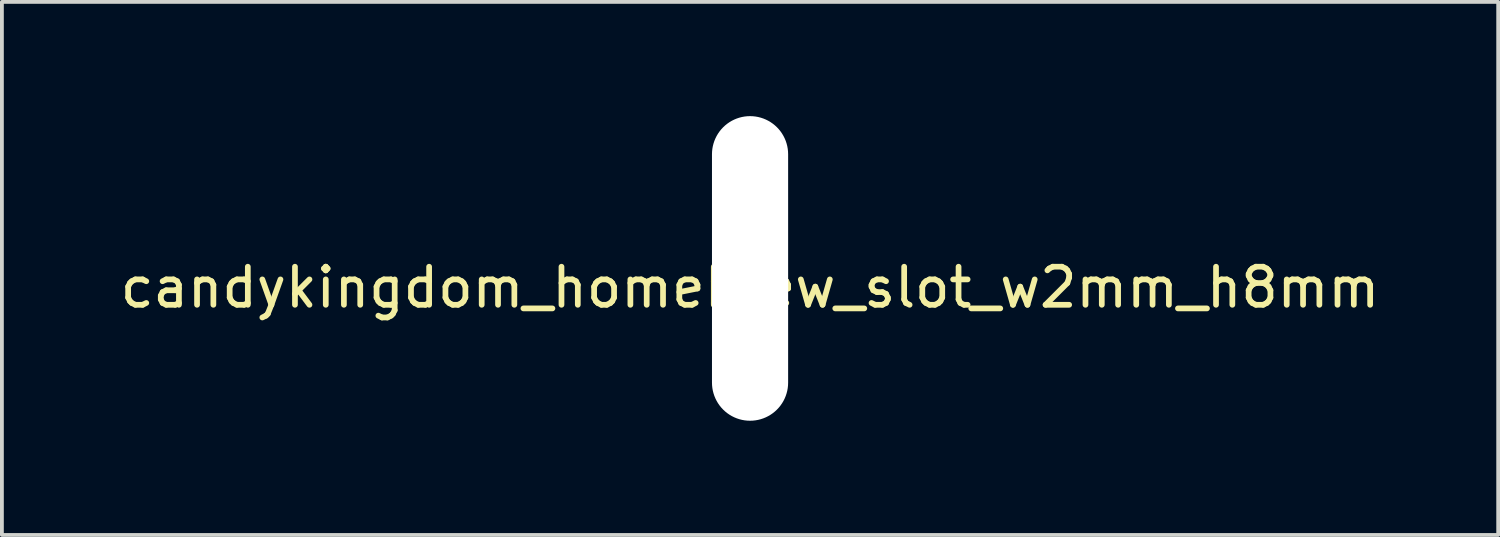
<source format=kicad_pcb>
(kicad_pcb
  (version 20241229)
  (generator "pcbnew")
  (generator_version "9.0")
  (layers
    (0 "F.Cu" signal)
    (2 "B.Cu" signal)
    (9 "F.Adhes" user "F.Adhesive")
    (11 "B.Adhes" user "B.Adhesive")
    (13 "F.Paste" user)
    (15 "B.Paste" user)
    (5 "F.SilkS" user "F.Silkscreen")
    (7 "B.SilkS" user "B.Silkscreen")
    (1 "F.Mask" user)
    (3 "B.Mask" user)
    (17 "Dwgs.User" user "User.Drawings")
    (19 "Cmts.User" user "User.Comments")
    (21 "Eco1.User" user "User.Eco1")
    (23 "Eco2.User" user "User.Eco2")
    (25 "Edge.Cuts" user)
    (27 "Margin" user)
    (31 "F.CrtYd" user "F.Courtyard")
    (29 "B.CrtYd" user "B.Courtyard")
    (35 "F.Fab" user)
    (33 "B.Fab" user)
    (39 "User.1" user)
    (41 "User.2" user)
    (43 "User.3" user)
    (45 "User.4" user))
  (footprint "candykingdom_homebrew_slot_w2mm_h8mm"
    (layer "F.Cu")
    (at 16.649 4)
    (property "Reference" "candykingdom_homebrew_slot_w2mm_h8mm" (at 0 0.5 0) (layer "F.SilkS") (effects (font (size 1 1) (thickness 0.15))))
    (attr through_hole)
    (pad "" np_thru_hole oval (at 0 0) (size 2 8) (drill oval 2 8) (layers "*.Cu" "*.Mask")))
  (gr_rect
    (start -3 -3)
    (end 36.298 11)
    (stroke (width 0.1) (type default))
    (fill no)
    (layer "Edge.Cuts")))
</source>
